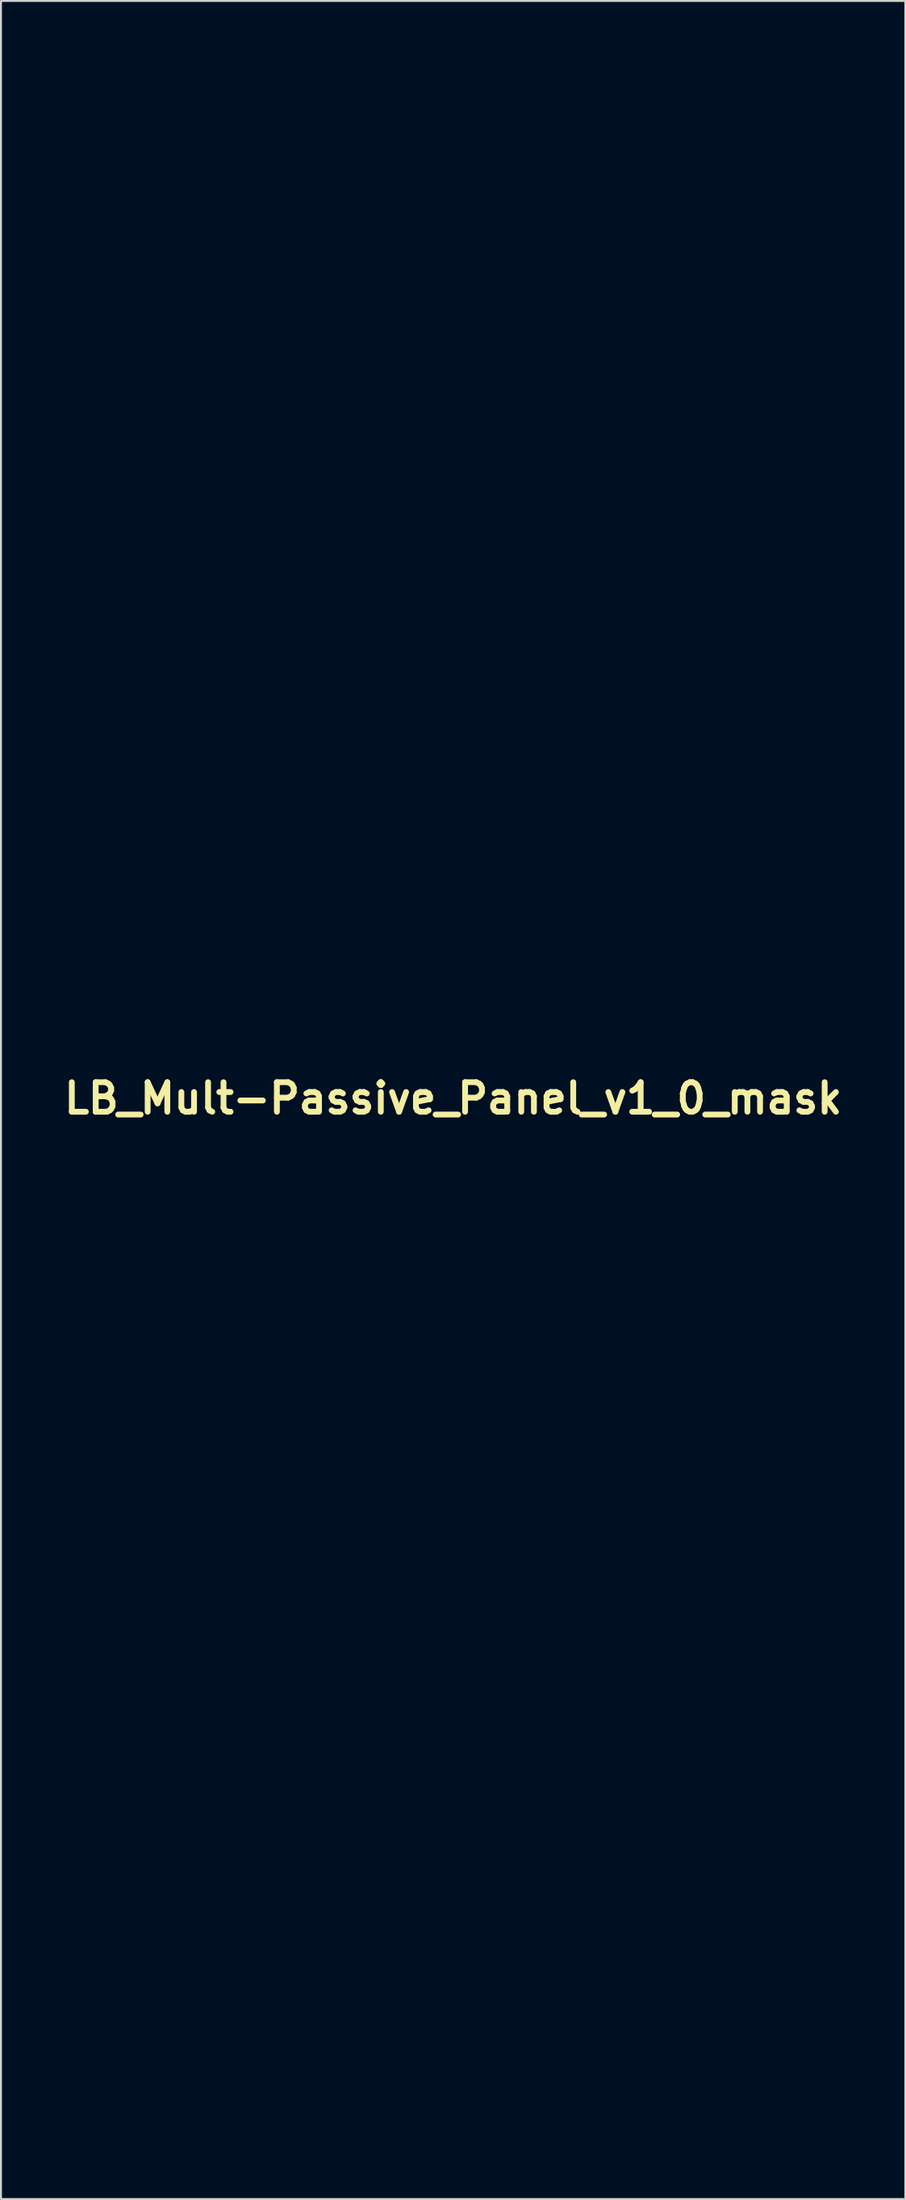
<source format=kicad_pcb>
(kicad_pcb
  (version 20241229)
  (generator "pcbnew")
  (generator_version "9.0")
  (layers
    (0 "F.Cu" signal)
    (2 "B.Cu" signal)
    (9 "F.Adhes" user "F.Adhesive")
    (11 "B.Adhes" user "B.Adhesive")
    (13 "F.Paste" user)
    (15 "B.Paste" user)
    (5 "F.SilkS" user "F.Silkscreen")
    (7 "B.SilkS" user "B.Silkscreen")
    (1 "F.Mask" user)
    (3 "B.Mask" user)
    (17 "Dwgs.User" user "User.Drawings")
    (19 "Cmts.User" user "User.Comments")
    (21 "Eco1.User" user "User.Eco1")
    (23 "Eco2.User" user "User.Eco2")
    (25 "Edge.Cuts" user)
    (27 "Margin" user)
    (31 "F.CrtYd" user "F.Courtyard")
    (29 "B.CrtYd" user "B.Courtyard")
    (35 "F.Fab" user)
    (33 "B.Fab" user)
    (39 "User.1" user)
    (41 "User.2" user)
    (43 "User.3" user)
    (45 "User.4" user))
  (footprint "LB_Mult-Passive_Panel_v1_0_mask"
    (layer "F.Cu")
    (at 20.364 53.641)
    (property "Reference" "LB_Mult-Passive_Panel_v1_0_mask" (at 0 0 0) (layer "F.SilkS") (effects (font (size 1.524 1.524) (thickness 0.3))))
    (attr through_hole)
    (fp_poly (pts (xy -0.009 -44.781) (xy 0.002 -44.754) (xy 0.011 -44.703) (xy 0.018 -44.621) (xy 0.025 -44.504) (xy 0.03 -44.345) (xy 0.034 -44.139) (xy 0.037 -43.881) (xy 0.039 -43.564) (xy 0.041 -43.183) (xy 0.042 -42.733) (xy 0.042 -42.208) (xy 0.042 -41.783) (xy 0.042 -41.201) (xy 0.042 -40.697) (xy 0.041 -40.268) (xy 0.039 -39.906) (xy 0.036 -39.606) (xy 0.033 -39.363) (xy 0.029 -39.171) (xy 0.023 -39.025) (xy 0.016 -38.918) (xy 0.008 -38.846) (xy -0.001 -38.802) (xy -0.012 -38.781) (xy -0.021 -38.777) (xy -0.033 -38.785) (xy -0.044 -38.812) (xy -0.053 -38.863) (xy -0.061 -38.945) (xy -0.067 -39.062) (xy -0.072 -39.221) (xy -0.076 -39.427) (xy -0.079 -39.685) (xy -0.082 -40.002) (xy -0.083 -40.383) (xy -0.084 -40.833) (xy -0.085 -41.358) (xy -0.085 -41.783) (xy -0.085 -42.365) (xy -0.084 -42.869) (xy -0.083 -43.298) (xy -0.081 -43.66) (xy -0.079 -43.96) (xy -0.075 -44.203) (xy -0.071 -44.395) (xy -0.065 -44.541) (xy -0.059 -44.648) (xy -0.051 -44.72) (xy -0.041 -44.764) (xy -0.03 -44.785) (xy -0.021 -44.789) (xy -0.009 -44.781)) (stroke (width 0.01) (type solid)) (fill yes) (layer "F.Mask"))
    (fp_poly (pts (xy -0.009 -31.7) (xy 0.002 -31.673) (xy 0.011 -31.622) (xy 0.018 -31.54) (xy 0.025 -31.423) (xy 0.03 -31.264) (xy 0.034 -31.058) (xy 0.037 -30.8) (xy 0.039 -30.483) (xy 0.041 -30.102) (xy 0.042 -29.652) (xy 0.042 -29.127) (xy 0.042 -28.702) (xy 0.042 -28.12) (xy 0.042 -27.616) (xy 0.041 -27.187) (xy 0.039 -26.825) (xy 0.036 -26.525) (xy 0.033 -26.282) (xy 0.029 -26.09) (xy 0.023 -25.944) (xy 0.016 -25.837) (xy 0.008 -25.765) (xy -0.001 -25.721) (xy -0.012 -25.7) (xy -0.021 -25.696) (xy -0.033 -25.704) (xy -0.044 -25.731) (xy -0.053 -25.782) (xy -0.061 -25.864) (xy -0.067 -25.981) (xy -0.072 -26.14) (xy -0.076 -26.346) (xy -0.079 -26.604) (xy -0.082 -26.921) (xy -0.083 -27.302) (xy -0.084 -27.752) (xy -0.085 -28.277) (xy -0.085 -28.702) (xy -0.085 -29.284) (xy -0.084 -29.788) (xy -0.083 -30.217) (xy -0.081 -30.579) (xy -0.079 -30.879) (xy -0.075 -31.122) (xy -0.071 -31.314) (xy -0.065 -31.46) (xy -0.059 -31.567) (xy -0.051 -31.639) (xy -0.041 -31.683) (xy -0.03 -31.704) (xy -0.021 -31.708) (xy -0.009 -31.7)) (stroke (width 0.01) (type solid)) (fill yes) (layer "F.Mask"))
    (fp_poly (pts (xy -0.009 -18.661) (xy 0.002 -18.635) (xy 0.011 -18.583) (xy 0.018 -18.502) (xy 0.025 -18.384) (xy 0.03 -18.225) (xy 0.034 -18.019) (xy 0.037 -17.761) (xy 0.039 -17.444) (xy 0.041 -17.063) (xy 0.042 -16.613) (xy 0.042 -16.088) (xy 0.042 -15.663) (xy 0.042 -15.081) (xy 0.042 -14.578) (xy 0.041 -14.148) (xy 0.039 -13.786) (xy 0.036 -13.486) (xy 0.033 -13.243) (xy 0.029 -13.051) (xy 0.023 -12.905) (xy 0.016 -12.798) (xy 0.008 -12.726) (xy -0.001 -12.682) (xy -0.012 -12.661) (xy -0.021 -12.658) (xy -0.033 -12.665) (xy -0.044 -12.692) (xy -0.053 -12.743) (xy -0.061 -12.825) (xy -0.067 -12.942) (xy -0.072 -13.101) (xy -0.076 -13.307) (xy -0.079 -13.566) (xy -0.082 -13.883) (xy -0.083 -14.263) (xy -0.084 -14.714) (xy -0.085 -15.239) (xy -0.085 -15.663) (xy -0.085 -16.246) (xy -0.084 -16.749) (xy -0.083 -17.179) (xy -0.081 -17.541) (xy -0.079 -17.84) (xy -0.075 -18.083) (xy -0.071 -18.275) (xy -0.065 -18.422) (xy -0.059 -18.528) (xy -0.051 -18.601) (xy -0.041 -18.645) (xy -0.03 -18.665) (xy -0.021 -18.669) (xy -0.009 -18.661)) (stroke (width 0.01) (type solid)) (fill yes) (layer "F.Mask"))
    (fp_poly (pts (xy -0.009 12.835) (xy 0.002 12.861) (xy 0.011 12.913) (xy 0.018 12.994) (xy 0.025 13.112) (xy 0.03 13.271) (xy 0.034 13.477) (xy 0.037 13.735) (xy 0.039 14.052) (xy 0.041 14.433) (xy 0.042 14.883) (xy 0.042 15.408) (xy 0.042 15.833) (xy 0.042 16.415) (xy 0.042 16.918) (xy 0.041 17.348) (xy 0.039 17.71) (xy 0.036 18.01) (xy 0.033 18.253) (xy 0.029 18.445) (xy 0.023 18.591) (xy 0.016 18.698) (xy 0.008 18.77) (xy -0.001 18.814) (xy -0.012 18.835) (xy -0.021 18.838) (xy -0.033 18.831) (xy -0.044 18.804) (xy -0.053 18.753) (xy -0.061 18.671) (xy -0.067 18.554) (xy -0.072 18.395) (xy -0.076 18.189) (xy -0.079 17.93) (xy -0.082 17.613) (xy -0.083 17.233) (xy -0.084 16.782) (xy -0.085 16.257) (xy -0.085 15.833) (xy -0.085 15.25) (xy -0.084 14.747) (xy -0.083 14.317) (xy -0.081 13.955) (xy -0.079 13.656) (xy -0.075 13.413) (xy -0.071 13.221) (xy -0.065 13.074) (xy -0.059 12.968) (xy -0.051 12.895) (xy -0.041 12.851) (xy -0.03 12.831) (xy -0.021 12.827) (xy -0.009 12.835)) (stroke (width 0.01) (type solid)) (fill yes) (layer "F.Mask"))
    (fp_poly (pts (xy -0.009 25.916) (xy 0.002 25.942) (xy 0.011 25.994) (xy 0.018 26.075) (xy 0.025 26.193) (xy 0.03 26.352) (xy 0.034 26.558) (xy 0.037 26.816) (xy 0.039 27.133) (xy 0.041 27.514) (xy 0.042 27.964) (xy 0.042 28.489) (xy 0.042 28.914) (xy 0.042 29.496) (xy 0.042 29.999) (xy 0.041 30.429) (xy 0.039 30.791) (xy 0.036 31.091) (xy 0.033 31.334) (xy 0.029 31.526) (xy 0.023 31.672) (xy 0.016 31.779) (xy 0.008 31.851) (xy -0.001 31.895) (xy -0.012 31.916) (xy -0.021 31.919) (xy -0.033 31.912) (xy -0.044 31.885) (xy -0.053 31.834) (xy -0.061 31.752) (xy -0.067 31.635) (xy -0.072 31.476) (xy -0.076 31.27) (xy -0.079 31.011) (xy -0.082 30.694) (xy -0.083 30.314) (xy -0.084 29.863) (xy -0.085 29.338) (xy -0.085 28.914) (xy -0.085 28.331) (xy -0.084 27.828) (xy -0.083 27.398) (xy -0.081 27.036) (xy -0.079 26.737) (xy -0.075 26.494) (xy -0.071 26.302) (xy -0.065 26.155) (xy -0.059 26.049) (xy -0.051 25.976) (xy -0.041 25.932) (xy -0.03 25.912) (xy -0.021 25.908) (xy -0.009 25.916)) (stroke (width 0.01) (type solid)) (fill yes) (layer "F.Mask"))
    (fp_poly (pts (xy -0.009 38.954) (xy 0.002 38.981) (xy 0.011 39.032) (xy 0.018 39.114) (xy 0.025 39.231) (xy 0.03 39.39) (xy 0.034 39.596) (xy 0.037 39.855) (xy 0.039 40.172) (xy 0.041 40.552) (xy 0.042 41.003) (xy 0.042 41.528) (xy 0.042 41.952) (xy 0.042 42.535) (xy 0.042 43.038) (xy 0.041 43.468) (xy 0.039 43.83) (xy 0.036 44.129) (xy 0.033 44.372) (xy 0.029 44.564) (xy 0.023 44.711) (xy 0.016 44.817) (xy 0.008 44.89) (xy -0.001 44.934) (xy -0.012 44.954) (xy -0.021 44.958) (xy -0.033 44.95) (xy -0.044 44.924) (xy -0.053 44.872) (xy -0.061 44.791) (xy -0.067 44.673) (xy -0.072 44.514) (xy -0.076 44.308) (xy -0.079 44.05) (xy -0.082 43.733) (xy -0.083 43.352) (xy -0.084 42.902) (xy -0.085 42.377) (xy -0.085 41.952) (xy -0.085 41.37) (xy -0.084 40.867) (xy -0.083 40.437) (xy -0.081 40.075) (xy -0.079 39.775) (xy -0.075 39.532) (xy -0.071 39.34) (xy -0.065 39.194) (xy -0.059 39.087) (xy -0.051 39.015) (xy -0.041 38.971) (xy -0.03 38.95) (xy -0.021 38.947) (xy -0.009 38.954)) (stroke (width 0.01) (type solid)) (fill yes) (layer "F.Mask"))
    (fp_poly (pts (xy -0.512 -53.636) (xy -0.021 -53.636) (xy 0.695 -53.636) (xy 1.332 -53.636) (xy 1.894 -53.636) (xy 2.385 -53.635) (xy 2.811 -53.633) (xy 3.177 -53.631) (xy 3.487 -53.627) (xy 3.746 -53.621) (xy 3.959 -53.614) (xy 4.13 -53.605) (xy 4.265 -53.593) (xy 4.369 -53.579) (xy 4.445 -53.563) (xy 4.5 -53.543) (xy 4.537 -53.52) (xy 4.563 -53.494) (xy 4.58 -53.464) (xy 4.595 -53.43) (xy 4.606 -53.405) (xy 4.61 -53.378) (xy 4.613 -53.315) (xy 4.617 -53.213) (xy 4.62 -53.071) (xy 4.623 -52.888) (xy 4.626 -52.66) (xy 4.629 -52.388) (xy 4.631 -52.069) (xy 4.634 -51.702) (xy 4.636 -51.285) (xy 4.638 -50.817) (xy 4.64 -50.295) (xy 4.642 -49.719) (xy 4.644 -49.086) (xy 4.646 -48.395) (xy 4.647 -47.645) (xy 4.649 -46.833) (xy 4.65 -45.959) (xy 4.651 -45.02) (xy 4.652 -44.015) (xy 4.653 -42.942) (xy 4.654 -41.8) (xy 4.654 -40.587) (xy 4.655 -39.301) (xy 4.655 -37.941) (xy 4.656 -36.505) (xy 4.656 -34.991) (xy 4.656 -33.399) (xy 4.657 -31.726) (xy 4.657 -29.97) (xy 4.657 -29.185) (xy 4.657 -27.453) (xy 4.657 -25.805) (xy 4.656 -24.237) (xy 4.656 -22.747) (xy 4.656 -21.335) (xy 4.656 -19.997) (xy 4.655 -18.733) (xy 4.655 -17.539) (xy 4.654 -16.414) (xy 4.654 -15.357) (xy 4.653 -14.364) (xy 4.652 -13.434) (xy 4.651 -12.566) (xy 4.65 -11.757) (xy 4.649 -11.005) (xy 4.648 -10.308) (xy 4.647 -9.665) (xy 4.645 -9.073) (xy 4.644 -8.53) (xy 4.642 -8.034) (xy 4.64 -7.585) (xy 4.638 -7.178) (xy 4.636 -6.813) (xy 4.634 -6.488) (xy 4.631 -6.2) (xy 4.629 -5.948) (xy 4.626 -5.73) (xy 4.623 -5.543) (xy 4.62 -5.386) (xy 4.617 -5.257) (xy 4.613 -5.154) (xy 4.609 -5.075) (xy 4.605 -5.018) (xy 4.601 -4.98) (xy 4.597 -4.961) (xy 4.596 -4.959) (xy 4.57 -4.912) (xy 4.541 -4.872) (xy 4.502 -4.839) (xy 4.445 -4.812) (xy 4.364 -4.79) (xy 4.251 -4.773) (xy 4.101 -4.761) (xy 3.905 -4.752) (xy 3.657 -4.747) (xy 3.349 -4.743) (xy 2.976 -4.742) (xy 2.529 -4.741) (xy 2.199 -4.741) (xy 0.085 -4.741) (xy 0.085 -4.622) (xy 0.124 -4.484) (xy 0.239 -4.373) (xy 0.419 -4.296) (xy 0.488 -4.28) (xy 0.579 -4.269) (xy 0.743 -4.259) (xy 0.969 -4.249) (xy 1.247 -4.239) (xy 1.565 -4.23) (xy 1.912 -4.223) (xy 2.244 -4.218) (xy 2.707 -4.21) (xy 3.094 -4.202) (xy 3.413 -4.191) (xy 3.67 -4.176) (xy 3.875 -4.158) (xy 4.036 -4.134) (xy 4.159 -4.104) (xy 4.255 -4.067) (xy 4.329 -4.022) (xy 4.39 -3.969) (xy 4.456 -3.885) (xy 4.505 -3.778) (xy 4.539 -3.633) (xy 4.559 -3.438) (xy 4.569 -3.181) (xy 4.571 -2.973) (xy 4.572 -2.411) (xy 4.681 -2.362) (xy 4.795 -2.27) (xy 4.879 -2.132) (xy 4.911 -1.99) (xy 4.874 -1.833) (xy 4.778 -1.693) (xy 4.659 -1.609) (xy 4.53 -1.556) (xy 4.53 1.81) (xy 4.659 1.863) (xy 4.788 1.957) (xy 4.879 2.1) (xy 4.911 2.244) (xy 4.877 2.392) (xy 4.791 2.529) (xy 4.681 2.616) (xy 4.635 2.639) (xy 4.605 2.67) (xy 4.586 2.724) (xy 4.576 2.816) (xy 4.572 2.962) (xy 4.571 3.176) (xy 4.571 3.185) (xy 4.566 3.485) (xy 4.551 3.714) (xy 4.523 3.885) (xy 4.479 4.012) (xy 4.418 4.108) (xy 4.39 4.138) (xy 4.328 4.192) (xy 4.252 4.237) (xy 4.157 4.274) (xy 4.032 4.304) (xy 3.87 4.328) (xy 3.664 4.346) (xy 3.405 4.36) (xy 3.085 4.371) (xy 2.696 4.38) (xy 2.244 4.387) (xy 1.88 4.393) (xy 1.536 4.4) (xy 1.221 4.409) (xy 0.947 4.419) (xy 0.726 4.429) (xy 0.568 4.44) (xy 0.488 4.449) (xy 0.288 4.514) (xy 0.152 4.615) (xy 0.089 4.746) (xy 0.085 4.791) (xy 0.085 4.911) (xy 2.199 4.911) (xy 2.697 4.911) (xy 3.117 4.912) (xy 3.466 4.914) (xy 3.751 4.918) (xy 3.98 4.925) (xy 4.159 4.934) (xy 4.295 4.948) (xy 4.396 4.966) (xy 4.467 4.99) (xy 4.517 5.019) (xy 4.552 5.054) (xy 4.58 5.097) (xy 4.596 5.128) (xy 4.601 5.145) (xy 4.605 5.18) (xy 4.609 5.234) (xy 4.612 5.31) (xy 4.616 5.409) (xy 4.619 5.534) (xy 4.622 5.686) (xy 4.625 5.868) (xy 4.628 6.081) (xy 4.631 6.328) (xy 4.633 6.61) (xy 4.636 6.929) (xy 4.638 7.287) (xy 4.64 7.687) (xy 4.642 8.13) (xy 4.644 8.618) (xy 4.645 9.153) (xy 4.647 9.737) (xy 4.648 10.373) (xy 4.649 11.061) (xy 4.65 11.804) (xy 4.651 12.604) (xy 4.652 13.463) (xy 4.653 14.383) (xy 4.654 15.366) (xy 4.654 16.413) (xy 4.655 17.527) (xy 4.655 18.71) (xy 4.656 19.963) (xy 4.656 21.289) (xy 4.656 22.689) (xy 4.656 24.166) (xy 4.657 25.722) (xy 4.657 27.358) (xy 4.657 29.076) (xy 4.657 29.354) (xy 4.657 31.146) (xy 4.657 32.854) (xy 4.656 34.482) (xy 4.656 36.029) (xy 4.656 37.498) (xy 4.655 38.891) (xy 4.655 40.209) (xy 4.654 41.453) (xy 4.653 42.626) (xy 4.652 43.728) (xy 4.651 44.763) (xy 4.65 45.73) (xy 4.649 46.632) (xy 4.648 47.471) (xy 4.646 48.247) (xy 4.645 48.964) (xy 4.643 49.622) (xy 4.641 50.222) (xy 4.639 50.767) (xy 4.637 51.258) (xy 4.635 51.698) (xy 4.633 52.086) (xy 4.63 52.425) (xy 4.627 52.718) (xy 4.624 52.964) (xy 4.621 53.166) (xy 4.618 53.326) (xy 4.615 53.445) (xy 4.611 53.525) (xy 4.608 53.567) (xy 4.606 53.574) (xy 4.59 53.611) (xy 4.575 53.643) (xy 4.556 53.672) (xy 4.527 53.697) (xy 4.485 53.719) (xy 4.423 53.738) (xy 4.339 53.753) (xy 4.226 53.767) (xy 4.079 53.777) (xy 3.895 53.786) (xy 3.668 53.792) (xy 3.394 53.797) (xy 3.067 53.801) (xy 2.682 53.803) (xy 2.236 53.804) (xy 1.723 53.805) (xy 1.138 53.805) (xy 0.477 53.804) (xy -0.03 53.804) (xy -0.755 53.804) (xy -1.4 53.803) (xy -1.97 53.802) (xy -2.468 53.8) (xy -2.898 53.798) (xy -3.267 53.795) (xy -3.577 53.792) (xy -3.833 53.787) (xy -4.039 53.783) (xy -4.201 53.777) (xy -4.322 53.77) (xy -4.407 53.763) (xy -4.46 53.754) (xy -4.483 53.747) (xy -4.583 53.664) (xy -4.64 53.589) (xy -4.644 53.539) (xy -4.649 53.408) (xy -4.653 53.197) (xy -4.657 52.911) (xy -4.66 52.551) (xy -4.664 52.121) (xy -4.668 51.624) (xy -4.671 51.063) (xy -4.674 50.44) (xy -4.677 49.759) (xy -4.68 49.022) (xy -4.683 48.232) (xy -4.685 47.393) (xy -4.688 46.507) (xy -4.69 45.576) (xy -4.692 44.605) (xy -4.694 43.595) (xy -4.696 42.55) (xy -4.697 41.473) (xy -4.698 41.181) (xy -4.395 41.181) (xy -4.395 42.331) (xy -4.395 43.438) (xy -4.395 44.5) (xy -4.394 45.515) (xy -4.394 46.481) (xy -4.394 47.394) (xy -4.393 48.253) (xy -4.393 49.056) (xy -4.392 49.799) (xy -4.391 50.481) (xy -4.391 51.099) (xy -4.39 51.65) (xy -4.389 52.133) (xy -4.388 52.545) (xy -4.387 52.883) (xy -4.386 53.145) (xy -4.385 53.33) (xy -4.384 53.433) (xy -4.383 53.457) (xy -4.364 53.465) (xy -4.312 53.473) (xy -4.223 53.48) (xy -4.092 53.486) (xy -3.915 53.491) (xy -3.689 53.495) (xy -3.409 53.498) (xy -3.071 53.5) (xy -2.671 53.501) (xy -2.205 53.502) (xy -1.668 53.502) (xy -1.057 53.501) (xy -0.367 53.5) (xy -0.012 53.499) (xy 4.339 53.488) (xy 4.339 5.228) (xy 0.085 5.206) (xy 0.085 5.482) (xy 0.082 5.631) (xy 0.07 5.714) (xy 0.044 5.75) (xy 0 5.757) (xy -0.046 5.749) (xy -0.071 5.711) (xy -0.082 5.624) (xy -0.085 5.482) (xy -0.085 5.206) (xy -2.233 5.217) (xy -4.381 5.228) (xy -4.392 29.316) (xy -4.393 30.74) (xy -4.393 32.144) (xy -4.394 33.524) (xy -4.394 34.879) (xy -4.395 36.205) (xy -4.395 37.501) (xy -4.395 38.764) (xy -4.395 39.991) (xy -4.395 41.181) (xy -4.698 41.181) (xy -4.699 40.366) (xy -4.7 39.232) (xy -4.701 38.075) (xy -4.702 36.897) (xy -4.703 35.701) (xy -4.704 34.49) (xy -4.704 33.267) (xy -4.704 32.035) (xy -4.705 30.797) (xy -4.705 29.555) (xy -4.705 28.313) (xy -4.704 27.073) (xy -4.704 25.839) (xy -4.703 24.613) (xy -4.703 23.398) (xy -4.702 22.197) (xy -4.701 21.013) (xy -4.7 19.849) (xy -4.698 18.708) (xy -4.697 17.592) (xy -4.695 16.505) (xy -4.694 15.449) (xy -4.692 14.428) (xy -4.69 13.444) (xy -4.687 12.501) (xy -4.685 11.6) (xy -4.682 10.745) (xy -4.68 9.94) (xy -4.677 9.186) (xy -4.674 8.487) (xy -4.671 7.845) (xy -4.667 7.264) (xy -4.664 6.746) (xy -4.66 6.295) (xy -4.657 5.913) (xy -4.653 5.603) (xy -4.649 5.368) (xy -4.644 5.211) (xy -4.64 5.135) (xy -4.639 5.128) (xy -4.613 5.081) (xy -4.584 5.041) (xy -4.545 5.008) (xy -4.488 4.981) (xy -4.408 4.96) (xy -4.296 4.943) (xy -4.146 4.931) (xy -3.952 4.922) (xy -3.705 4.916) (xy -3.4 4.913) (xy -3.029 4.911) (xy -2.585 4.911) (xy -2.221 4.911) (xy -0.085 4.911) (xy -0.085 4.791) (xy -0.124 4.653) (xy -0.239 4.542) (xy -0.419 4.465) (xy -0.488 4.449) (xy -0.579 4.439) (xy -0.743 4.428) (xy -0.969 4.418) (xy -1.247 4.408) (xy -1.565 4.4) (xy -1.912 4.392) (xy -2.244 4.387) (xy -2.746 4.38) (xy -3.17 4.37) (xy -3.523 4.355) (xy -3.81 4.331) (xy -4.04 4.295) (xy -4.218 4.242) (xy -4.351 4.171) (xy -4.445 4.076) (xy -4.507 3.956) (xy -4.545 3.806) (xy -4.563 3.623) (xy -4.57 3.403) (xy -4.571 3.185) (xy -4.572 2.968) (xy -4.576 2.82) (xy -4.585 2.726) (xy -4.604 2.671) (xy -4.634 2.64) (xy -4.679 2.616) (xy -4.681 2.616) (xy -4.812 2.513) (xy -4.887 2.365) (xy -4.899 2.194) (xy -4.85 2.038) (xy -4.742 1.91) (xy -4.596 1.84) (xy -4.434 1.83) (xy -4.28 1.879) (xy -4.156 1.987) (xy -4.124 2.038) (xy -4.07 2.223) (xy -4.096 2.396) (xy -4.2 2.546) (xy -4.304 2.623) (xy -4.445 2.706) (xy -4.443 3.226) (xy -4.437 3.512) (xy -4.42 3.727) (xy -4.388 3.882) (xy -4.338 3.993) (xy -4.265 4.07) (xy -4.184 4.119) (xy -4.061 4.161) (xy -3.879 4.196) (xy -3.634 4.225) (xy -3.321 4.246) (xy -2.937 4.262) (xy -2.477 4.271) (xy -1.936 4.275) (xy -1.879 4.275) (xy -1.462 4.277) (xy -1.121 4.282) (xy -0.846 4.291) (xy -0.628 4.306) (xy -0.458 4.327) (xy -0.326 4.354) (xy -0.224 4.39) (xy -0.142 4.435) (xy -0.124 4.447) (xy 0 4.535) (xy 0.124 4.447) (xy 0.202 4.4) (xy 0.299 4.363) (xy 0.422 4.333) (xy 0.582 4.31) (xy 0.787 4.294) (xy 1.047 4.284) (xy 1.371 4.278) (xy 1.768 4.275) (xy 1.879 4.275) (xy 2.427 4.272) (xy 2.895 4.263) (xy 3.287 4.248) (xy 3.607 4.227) (xy 3.858 4.199) (xy 4.046 4.165) (xy 4.174 4.123) (xy 4.184 4.119) (xy 4.278 4.059) (xy 4.347 3.977) (xy 4.394 3.861) (xy 4.423 3.697) (xy 4.438 3.472) (xy 4.443 3.226) (xy 4.445 2.706) (xy 4.304 2.623) (xy 4.166 2.503) (xy 4.089 2.352) (xy 4.072 2.191) (xy 4.115 2.039) (xy 4.219 1.916) (xy 4.294 1.872) (xy 4.403 1.822) (xy 4.403 0.127) (xy 4.403 -1.568) (xy 4.294 -1.618) (xy 4.159 -1.719) (xy 4.086 -1.859) (xy 4.073 -2.018) (xy 4.12 -2.176) (xy 4.228 -2.314) (xy 4.304 -2.369) (xy 4.445 -2.452) (xy 4.443 -3.015) (xy 4.438 -3.307) (xy 4.423 -3.528) (xy 4.395 -3.689) (xy 4.35 -3.804) (xy 4.285 -3.884) (xy 4.197 -3.943) (xy 4.184 -3.95) (xy 4.061 -3.992) (xy 3.879 -4.027) (xy 3.634 -4.055) (xy 3.321 -4.077) (xy 2.937 -4.093) (xy 2.477 -4.102) (xy 1.936 -4.106) (xy 1.879 -4.106) (xy 1.462 -4.107) (xy 1.121 -4.112) (xy 0.846 -4.122) (xy 0.628 -4.136) (xy 0.458 -4.157) (xy 0.326 -4.185) (xy 0.224 -4.221) (xy 0.142 -4.266) (xy 0.124 -4.278) (xy 0 -4.366) (xy -0.124 -4.278) (xy -0.202 -4.231) (xy -0.299 -4.193) (xy -0.422 -4.164) (xy -0.582 -4.141) (xy -0.787 -4.125) (xy -1.047 -4.114) (xy -1.371 -4.108) (xy -1.768 -4.106) (xy -1.879 -4.106) (xy -2.427 -4.103) (xy -2.895 -4.094) (xy -3.287 -4.079) (xy -3.607 -4.058) (xy -3.858 -4.03) (xy -4.046 -3.996) (xy -4.174 -3.954) (xy -4.184 -3.95) (xy -4.275 -3.892) (xy -4.343 -3.815) (xy -4.39 -3.706) (xy -4.42 -3.551) (xy -4.436 -3.339) (xy -4.442 -3.056) (xy -4.443 -3.015) (xy -4.445 -2.452) (xy -4.304 -2.369) (xy -4.153 -2.239) (xy -4.077 -2.079) (xy -4.08 -1.901) (xy -4.124 -1.784) (xy -4.233 -1.656) (xy -4.379 -1.586) (xy -4.54 -1.576) (xy -4.694 -1.625) (xy -4.818 -1.733) (xy -4.85 -1.784) (xy -4.901 -1.958) (xy -4.882 -2.128) (xy -4.801 -2.273) (xy -4.681 -2.362) (xy -4.572 -2.411) (xy -4.571 -2.973) (xy -4.567 -3.279) (xy -4.553 -3.513) (xy -4.528 -3.688) (xy -4.49 -3.819) (xy -4.435 -3.917) (xy -4.39 -3.969) (xy -4.328 -4.023) (xy -4.252 -4.068) (xy -4.157 -4.105) (xy -4.032 -4.135) (xy -3.87 -4.158) (xy -3.664 -4.177) (xy -3.405 -4.191) (xy -3.085 -4.202) (xy -2.696 -4.211) (xy -2.244 -4.218) (xy -1.88 -4.223) (xy -1.536 -4.231) (xy -1.221 -4.24) (xy -0.947 -4.25) (xy -0.726 -4.26) (xy -0.568 -4.27) (xy -0.488 -4.28) (xy -0.288 -4.345) (xy -0.152 -4.446) (xy -0.089 -4.576) (xy -0.085 -4.622) (xy -0.085 -4.741) (xy -2.221 -4.741) (xy -2.721 -4.741) (xy -3.143 -4.742) (xy -3.494 -4.744) (xy -3.782 -4.748) (xy -4.013 -4.755) (xy -4.194 -4.765) (xy -4.332 -4.778) (xy -4.434 -4.796) (xy -4.507 -4.819) (xy -4.557 -4.848) (xy -4.593 -4.883) (xy -4.62 -4.925) (xy -4.639 -4.959) (xy -4.643 -4.976) (xy -4.647 -5.01) (xy -4.651 -5.065) (xy -4.655 -5.14) (xy -4.658 -5.24) (xy -4.662 -5.364) (xy -4.665 -5.517) (xy -4.668 -5.699) (xy -4.671 -5.912) (xy -4.673 -6.158) (xy -4.676 -6.44) (xy -4.678 -6.76) (xy -4.68 -7.118) (xy -4.682 -7.518) (xy -4.684 -7.961) (xy -4.686 -8.449) (xy -4.687 -8.984) (xy -4.689 -9.568) (xy -4.69 -10.203) (xy -4.692 -10.892) (xy -4.693 -11.635) (xy -4.694 -12.435) (xy -4.695 -13.294) (xy -4.695 -14.214) (xy -4.696 -15.196) (xy -4.697 -16.243) (xy -4.697 -17.358) (xy -4.697 -17.366) (xy -4.395 -17.366) (xy -4.395 -16.217) (xy -4.395 -15.109) (xy -4.395 -14.047) (xy -4.394 -13.032) (xy -4.394 -12.066) (xy -4.394 -11.153) (xy -4.393 -10.294) (xy -4.393 -9.491) (xy -4.392 -8.748) (xy -4.391 -8.066) (xy -4.391 -7.449) (xy -4.39 -6.897) (xy -4.389 -6.414) (xy -4.388 -6.003) (xy -4.387 -5.664) (xy -4.386 -5.402) (xy -4.385 -5.218) (xy -4.384 -5.114) (xy -4.383 -5.091) (xy -4.361 -5.078) (xy -4.301 -5.068) (xy -4.198 -5.059) (xy -4.045 -5.052) (xy -3.838 -5.047) (xy -3.57 -5.043) (xy -3.235 -5.04) (xy -2.829 -5.038) (xy -2.345 -5.038) (xy -2.224 -5.038) (xy -0.085 -5.038) (xy -0.085 -5.482) (xy -0.084 -5.68) (xy -0.079 -5.809) (xy -0.067 -5.883) (xy -0.045 -5.917) (xy -0.011 -5.926) (xy 0 -5.927) (xy 0.038 -5.921) (xy 0.062 -5.894) (xy 0.076 -5.832) (xy 0.083 -5.718) (xy 0.085 -5.538) (xy 0.085 -5.482) (xy 0.085 -5.037) (xy 4.339 -5.059) (xy 4.339 -53.319) (xy -4.381 -53.319) (xy -4.392 -29.231) (xy -4.393 -27.807) (xy -4.393 -26.403) (xy -4.394 -25.023) (xy -4.394 -23.668) (xy -4.395 -22.342) (xy -4.395 -21.046) (xy -4.395 -19.783) (xy -4.395 -18.556) (xy -4.395 -17.366) (xy -4.697 -17.366) (xy -4.698 -18.54) (xy -4.698 -19.794) (xy -4.698 -21.12) (xy -4.699 -22.52) (xy -4.699 -23.997) (xy -4.699 -25.553) (xy -4.699 -27.188) (xy -4.699 -28.907) (xy -4.699 -29.185) (xy -4.699 -30.976) (xy -4.699 -32.685) (xy -4.699 -34.312) (xy -4.698 -35.86) (xy -4.698 -37.329) (xy -4.698 -38.721) (xy -4.697 -40.039) (xy -4.696 -41.284) (xy -4.696 -42.456) (xy -4.695 -43.559) (xy -4.694 -44.593) (xy -4.693 -45.561) (xy -4.691 -46.463) (xy -4.69 -47.301) (xy -4.689 -48.078) (xy -4.687 -48.795) (xy -4.685 -49.452) (xy -4.684 -50.053) (xy -4.682 -50.598) (xy -4.68 -51.089) (xy -4.677 -51.528) (xy -4.675 -51.917) (xy -4.672 -52.256) (xy -4.67 -52.548) (xy -4.667 -52.795) (xy -4.664 -52.997) (xy -4.661 -53.157) (xy -4.657 -53.276) (xy -4.654 -53.356) (xy -4.65 -53.398) (xy -4.648 -53.405) (xy -4.633 -53.441) (xy -4.617 -53.474) (xy -4.598 -53.503) (xy -4.569 -53.528) (xy -4.527 -53.55) (xy -4.465 -53.568) (xy -4.38 -53.584) (xy -4.267 -53.597) (xy -4.121 -53.608) (xy -3.936 -53.617) (xy -3.709 -53.623) (xy -3.434 -53.628) (xy -3.106 -53.632) (xy -2.721 -53.634) (xy -2.274 -53.636) (xy -1.76 -53.636) (xy -1.175 -53.636) (xy -0.512 -53.636)) (stroke (width 0.01) (type solid)) (fill yes) (layer "F.Mask")))
  (gr_rect
    (start -3 -3)
    (end 43.727 110.451)
    (stroke (width 0.1) (type default))
    (fill no)
    (layer "Edge.Cuts")))
</source>
